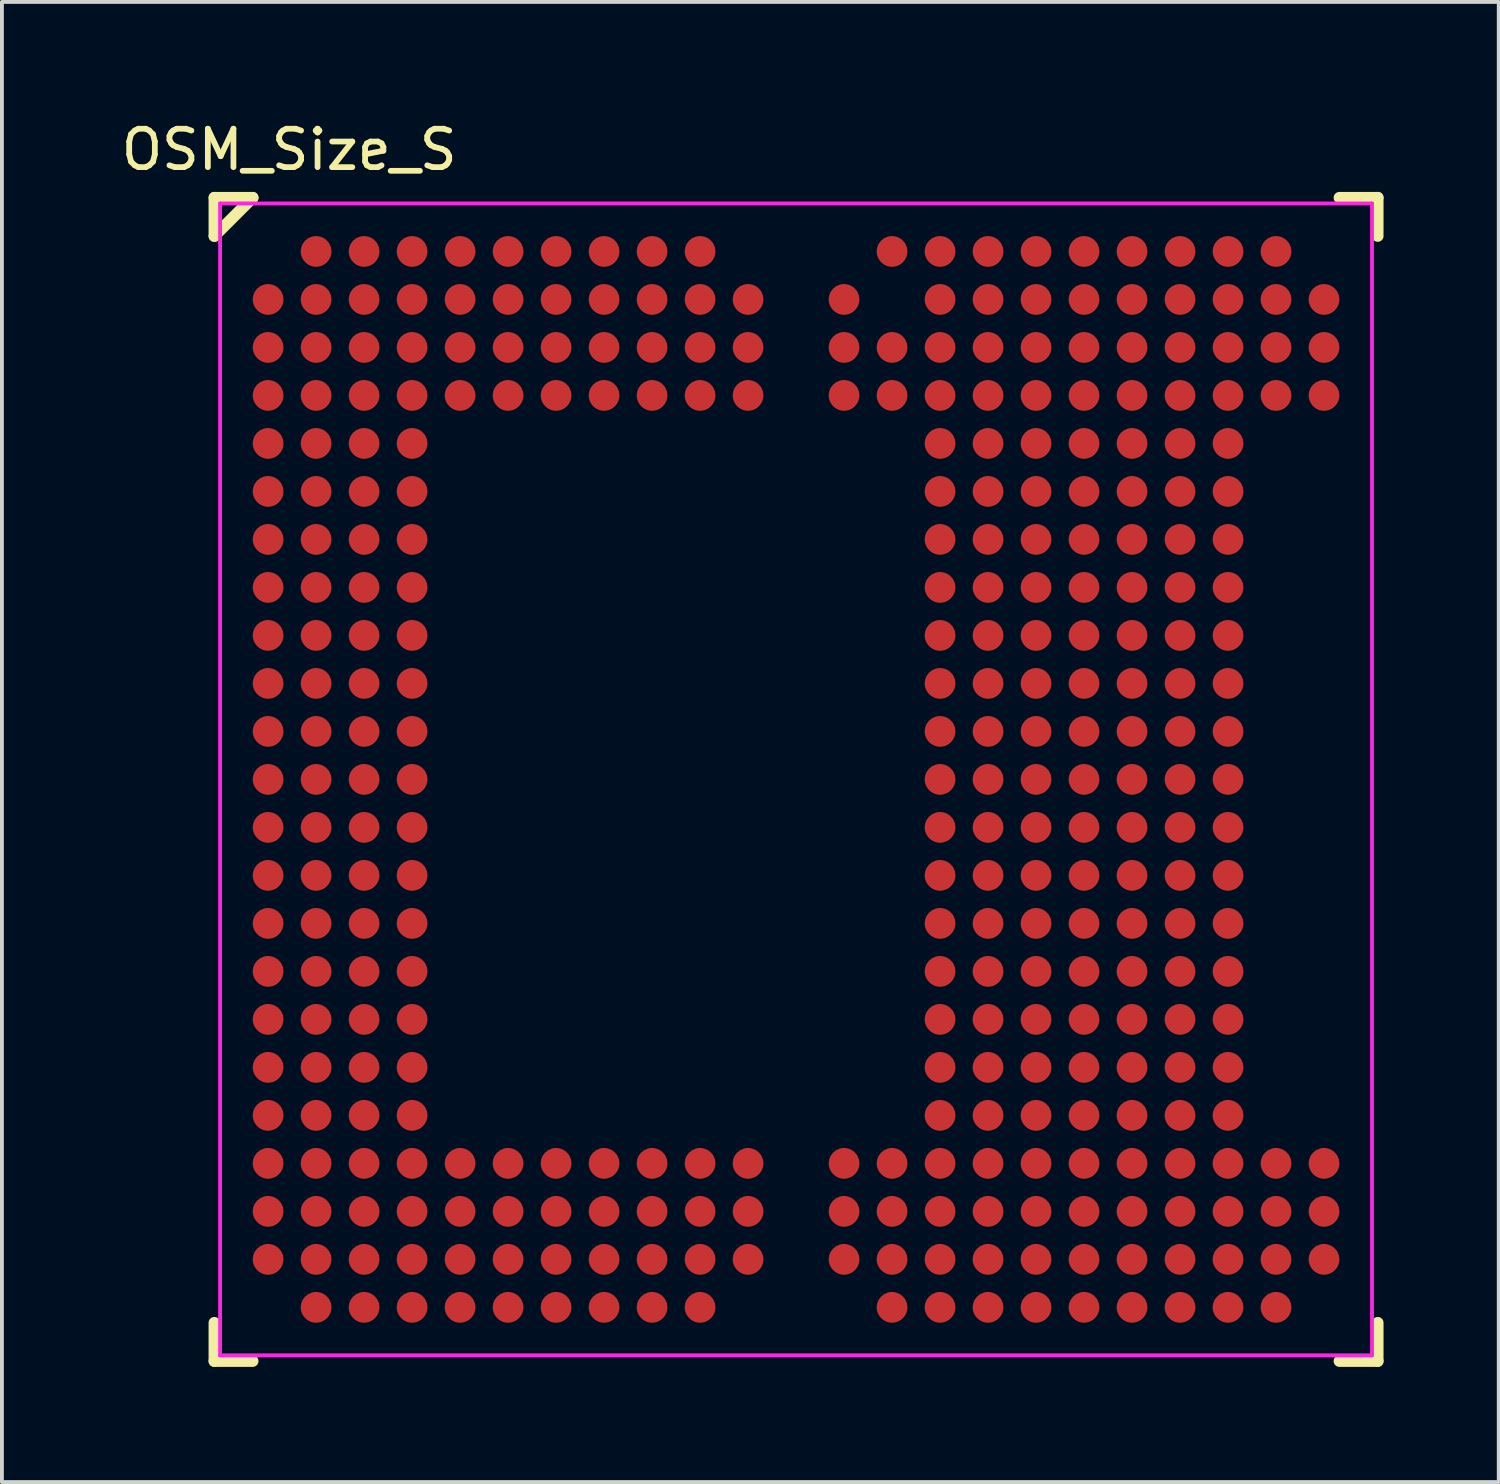
<source format=kicad_pcb>
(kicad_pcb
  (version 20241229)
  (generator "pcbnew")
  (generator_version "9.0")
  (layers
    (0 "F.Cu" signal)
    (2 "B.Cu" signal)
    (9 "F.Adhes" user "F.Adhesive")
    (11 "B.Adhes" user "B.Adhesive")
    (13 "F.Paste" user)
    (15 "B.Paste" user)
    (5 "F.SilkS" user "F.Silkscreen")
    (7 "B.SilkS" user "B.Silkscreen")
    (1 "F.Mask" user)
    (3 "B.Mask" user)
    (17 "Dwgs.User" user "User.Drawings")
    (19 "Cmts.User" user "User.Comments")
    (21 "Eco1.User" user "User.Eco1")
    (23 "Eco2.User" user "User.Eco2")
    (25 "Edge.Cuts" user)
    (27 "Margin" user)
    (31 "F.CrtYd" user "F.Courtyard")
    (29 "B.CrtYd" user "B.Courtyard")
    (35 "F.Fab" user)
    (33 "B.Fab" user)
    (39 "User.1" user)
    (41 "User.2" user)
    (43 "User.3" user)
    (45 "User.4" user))
  (footprint "OSM_Size_S"
    (layer "F.Cu")
    (at 17.682 17.248)
    (property "Reference" "OSM_Size_S" (at -13.2 -16.4 0) (layer "F.SilkS") (effects (font (size 1 1) (thickness 0.15))))
    (attr smd)
    (fp_line (start -15.15 -15.15) (end -14.15 -15.15) (stroke (width 0.3) (type solid)) (layer "F.SilkS"))
    (fp_line (start -15.15 -14.15) (end -15.15 -15.15) (stroke (width 0.3) (type solid)) (layer "F.SilkS"))
    (fp_line (start -15.15 -14.15) (end -14.15 -15.15) (stroke (width 0.3) (type solid)) (layer "F.SilkS"))
    (fp_line (start -15.15 15.15) (end -15.15 14.15) (stroke (width 0.3) (type solid)) (layer "F.SilkS"))
    (fp_line (start -15.15 15.15) (end -14.15 15.15) (stroke (width 0.3) (type solid)) (layer "F.SilkS"))
    (fp_line (start 14.15 -15.15) (end 15.15 -15.15) (stroke (width 0.3) (type solid)) (layer "F.SilkS"))
    (fp_line (start 14.15 15.15) (end 15.15 15.15) (stroke (width 0.3) (type solid)) (layer "F.SilkS"))
    (fp_line (start 15.15 -14.15) (end 15.15 -15.15) (stroke (width 0.3) (type solid)) (layer "F.SilkS"))
    (fp_line (start 15.15 15.15) (end 15.15 14.15) (stroke (width 0.3) (type solid)) (layer "F.SilkS"))
    (fp_line (start -15 -15) (end 15 -15) (stroke (width 0.1) (type solid)) (layer "F.CrtYd"))
    (fp_line (start -15 15) (end -15 -15) (stroke (width 0.1) (type solid)) (layer "F.CrtYd"))
    (fp_line (start -15 15) (end 15 15) (stroke (width 0.1) (type solid)) (layer "F.CrtYd"))
    (fp_line (start 15 15) (end 15 -15) (stroke (width 0.1) (type solid)) (layer "F.CrtYd"))
    (pad "A2" smd circle (at -12.5 -13.75) (size 0.8 0.8) (layers "F.Cu" "F.Mask" "F.Paste"))
    (pad "A3" smd circle (at -11.25 -13.75) (size 0.8 0.8) (layers "F.Cu" "F.Mask" "F.Paste"))
    (pad "A4" smd circle (at -10 -13.75) (size 0.8 0.8) (layers "F.Cu" "F.Mask" "F.Paste"))
    (pad "A5" smd circle (at -8.75 -13.75) (size 0.8 0.8) (layers "F.Cu" "F.Mask" "F.Paste"))
    (pad "A6" smd circle (at -7.5 -13.75) (size 0.8 0.8) (layers "F.Cu" "F.Mask" "F.Paste"))
    (pad "A7" smd circle (at -6.25 -13.75) (size 0.8 0.8) (layers "F.Cu" "F.Mask" "F.Paste"))
    (pad "A8" smd circle (at -5 -13.75) (size 0.8 0.8) (layers "F.Cu" "F.Mask" "F.Paste"))
    (pad "A9" smd circle (at -3.75 -13.75) (size 0.8 0.8) (layers "F.Cu" "F.Mask" "F.Paste"))
    (pad "A10" smd circle (at -2.5 -13.75) (size 0.8 0.8) (layers "F.Cu" "F.Mask" "F.Paste"))
    (pad "A14" smd circle (at 2.5 -13.75) (size 0.8 0.8) (layers "F.Cu" "F.Mask" "F.Paste"))
    (pad "A15" smd circle (at 3.75 -13.75) (size 0.8 0.8) (layers "F.Cu" "F.Mask" "F.Paste"))
    (pad "A16" smd circle (at 5 -13.75) (size 0.8 0.8) (layers "F.Cu" "F.Mask" "F.Paste"))
    (pad "A17" smd circle (at 6.25 -13.75) (size 0.8 0.8) (layers "F.Cu" "F.Mask" "F.Paste"))
    (pad "A18" smd circle (at 7.5 -13.75) (size 0.8 0.8) (layers "F.Cu" "F.Mask" "F.Paste"))
    (pad "A19" smd circle (at 8.75 -13.75) (size 0.8 0.8) (layers "F.Cu" "F.Mask" "F.Paste"))
    (pad "A20" smd circle (at 10 -13.75) (size 0.8 0.8) (layers "F.Cu" "F.Mask" "F.Paste"))
    (pad "A21" smd circle (at 11.25 -13.75) (size 0.8 0.8) (layers "F.Cu" "F.Mask" "F.Paste"))
    (pad "A22" smd circle (at 12.5 -13.75) (size 0.8 0.8) (layers "F.Cu" "F.Mask" "F.Paste"))
    (pad "AA1" smd circle (at -13.75 11.25) (size 0.8 0.8) (layers "F.Cu" "F.Mask" "F.Paste"))
    (pad "AA2" smd circle (at -12.5 11.25) (size 0.8 0.8) (layers "F.Cu" "F.Mask" "F.Paste"))
    (pad "AA3" smd circle (at -11.25 11.25) (size 0.8 0.8) (layers "F.Cu" "F.Mask" "F.Paste"))
    (pad "AA4" smd circle (at -10 11.25) (size 0.8 0.8) (layers "F.Cu" "F.Mask" "F.Paste"))
    (pad "AA5" smd circle (at -8.75 11.25) (size 0.8 0.8) (layers "F.Cu" "F.Mask" "F.Paste"))
    (pad "AA6" smd circle (at -7.5 11.25) (size 0.8 0.8) (layers "F.Cu" "F.Mask" "F.Paste"))
    (pad "AA7" smd circle (at -6.25 11.25) (size 0.8 0.8) (layers "F.Cu" "F.Mask" "F.Paste"))
    (pad "AA8" smd circle (at -5 11.25) (size 0.8 0.8) (layers "F.Cu" "F.Mask" "F.Paste"))
    (pad "AA9" smd circle (at -3.75 11.25) (size 0.8 0.8) (layers "F.Cu" "F.Mask" "F.Paste"))
    (pad "AA10" smd circle (at -2.5 11.25) (size 0.8 0.8) (layers "F.Cu" "F.Mask" "F.Paste"))
    (pad "AA11" smd circle (at -1.25 11.25) (size 0.8 0.8) (layers "F.Cu" "F.Mask" "F.Paste"))
    (pad "AA13" smd circle (at 1.25 11.25) (size 0.8 0.8) (layers "F.Cu" "F.Mask" "F.Paste"))
    (pad "AA14" smd circle (at 2.5 11.25) (size 0.8 0.8) (layers "F.Cu" "F.Mask" "F.Paste"))
    (pad "AA15" smd circle (at 3.75 11.25) (size 0.8 0.8) (layers "F.Cu" "F.Mask" "F.Paste"))
    (pad "AA16" smd circle (at 5 11.25) (size 0.8 0.8) (layers "F.Cu" "F.Mask" "F.Paste"))
    (pad "AA17" smd circle (at 6.25 11.25) (size 0.8 0.8) (layers "F.Cu" "F.Mask" "F.Paste"))
    (pad "AA18" smd circle (at 7.5 11.25) (size 0.8 0.8) (layers "F.Cu" "F.Mask" "F.Paste"))
    (pad "AA19" smd circle (at 8.75 11.25) (size 0.8 0.8) (layers "F.Cu" "F.Mask" "F.Paste"))
    (pad "AA20" smd circle (at 10 11.25) (size 0.8 0.8) (layers "F.Cu" "F.Mask" "F.Paste"))
    (pad "AA21" smd circle (at 11.25 11.25) (size 0.8 0.8) (layers "F.Cu" "F.Mask" "F.Paste"))
    (pad "AA22" smd circle (at 12.5 11.25) (size 0.8 0.8) (layers "F.Cu" "F.Mask" "F.Paste"))
    (pad "AA23" smd circle (at 13.75 11.25) (size 0.8 0.8) (layers "F.Cu" "F.Mask" "F.Paste"))
    (pad "AB1" smd circle (at -13.75 12.5) (size 0.8 0.8) (layers "F.Cu" "F.Mask" "F.Paste"))
    (pad "AB2" smd circle (at -12.5 12.5) (size 0.8 0.8) (layers "F.Cu" "F.Mask" "F.Paste"))
    (pad "AB3" smd circle (at -11.25 12.5) (size 0.8 0.8) (layers "F.Cu" "F.Mask" "F.Paste"))
    (pad "AB4" smd circle (at -10 12.5) (size 0.8 0.8) (layers "F.Cu" "F.Mask" "F.Paste"))
    (pad "AB5" smd circle (at -8.75 12.5) (size 0.8 0.8) (layers "F.Cu" "F.Mask" "F.Paste"))
    (pad "AB6" smd circle (at -7.5 12.5) (size 0.8 0.8) (layers "F.Cu" "F.Mask" "F.Paste"))
    (pad "AB7" smd circle (at -6.25 12.5) (size 0.8 0.8) (layers "F.Cu" "F.Mask" "F.Paste"))
    (pad "AB8" smd circle (at -5 12.5) (size 0.8 0.8) (layers "F.Cu" "F.Mask" "F.Paste"))
    (pad "AB9" smd circle (at -3.75 12.5) (size 0.8 0.8) (layers "F.Cu" "F.Mask" "F.Paste"))
    (pad "AB10" smd circle (at -2.5 12.5) (size 0.8 0.8) (layers "F.Cu" "F.Mask" "F.Paste"))
    (pad "AB11" smd circle (at -1.25 12.5) (size 0.8 0.8) (layers "F.Cu" "F.Mask" "F.Paste"))
    (pad "AB13" smd circle (at 1.25 12.5) (size 0.8 0.8) (layers "F.Cu" "F.Mask" "F.Paste"))
    (pad "AB14" smd circle (at 2.5 12.5) (size 0.8 0.8) (layers "F.Cu" "F.Mask" "F.Paste"))
    (pad "AB15" smd circle (at 3.75 12.5) (size 0.8 0.8) (layers "F.Cu" "F.Mask" "F.Paste"))
    (pad "AB16" smd circle (at 5 12.5) (size 0.8 0.8) (layers "F.Cu" "F.Mask" "F.Paste"))
    (pad "AB17" smd circle (at 6.25 12.5) (size 0.8 0.8) (layers "F.Cu" "F.Mask" "F.Paste"))
    (pad "AB18" smd circle (at 7.5 12.5) (size 0.8 0.8) (layers "F.Cu" "F.Mask" "F.Paste"))
    (pad "AB19" smd circle (at 8.75 12.5) (size 0.8 0.8) (layers "F.Cu" "F.Mask" "F.Paste"))
    (pad "AB20" smd circle (at 10 12.5) (size 0.8 0.8) (layers "F.Cu" "F.Mask" "F.Paste"))
    (pad "AB21" smd circle (at 11.25 12.5) (size 0.8 0.8) (layers "F.Cu" "F.Mask" "F.Paste"))
    (pad "AB22" smd circle (at 12.5 12.5) (size 0.8 0.8) (layers "F.Cu" "F.Mask" "F.Paste"))
    (pad "AB23" smd circle (at 13.75 12.5) (size 0.8 0.8) (layers "F.Cu" "F.Mask" "F.Paste"))
    (pad "AC2" smd circle (at -12.5 13.75) (size 0.8 0.8) (layers "F.Cu" "F.Mask" "F.Paste"))
    (pad "AC3" smd circle (at -11.25 13.75) (size 0.8 0.8) (layers "F.Cu" "F.Mask" "F.Paste"))
    (pad "AC4" smd circle (at -10 13.75) (size 0.8 0.8) (layers "F.Cu" "F.Mask" "F.Paste"))
    (pad "AC5" smd circle (at -8.75 13.75) (size 0.8 0.8) (layers "F.Cu" "F.Mask" "F.Paste"))
    (pad "AC6" smd circle (at -7.5 13.75) (size 0.8 0.8) (layers "F.Cu" "F.Mask" "F.Paste"))
    (pad "AC7" smd circle (at -6.25 13.75) (size 0.8 0.8) (layers "F.Cu" "F.Mask" "F.Paste"))
    (pad "AC8" smd circle (at -5 13.75) (size 0.8 0.8) (layers "F.Cu" "F.Mask" "F.Paste"))
    (pad "AC9" smd circle (at -3.75 13.75) (size 0.8 0.8) (layers "F.Cu" "F.Mask" "F.Paste"))
    (pad "AC10" smd circle (at -2.5 13.75) (size 0.8 0.8) (layers "F.Cu" "F.Mask" "F.Paste"))
    (pad "AC14" smd circle (at 2.5 13.75) (size 0.8 0.8) (layers "F.Cu" "F.Mask" "F.Paste"))
    (pad "AC15" smd circle (at 3.75 13.75) (size 0.8 0.8) (layers "F.Cu" "F.Mask" "F.Paste"))
    (pad "AC16" smd circle (at 5 13.75) (size 0.8 0.8) (layers "F.Cu" "F.Mask" "F.Paste"))
    (pad "AC17" smd circle (at 6.25 13.75) (size 0.8 0.8) (layers "F.Cu" "F.Mask" "F.Paste"))
    (pad "AC18" smd circle (at 7.5 13.75) (size 0.8 0.8) (layers "F.Cu" "F.Mask" "F.Paste"))
    (pad "AC19" smd circle (at 8.75 13.75) (size 0.8 0.8) (layers "F.Cu" "F.Mask" "F.Paste"))
    (pad "AC20" smd circle (at 10 13.75) (size 0.8 0.8) (layers "F.Cu" "F.Mask" "F.Paste"))
    (pad "AC21" smd circle (at 11.25 13.75) (size 0.8 0.8) (layers "F.Cu" "F.Mask" "F.Paste"))
    (pad "AC22" smd circle (at 12.5 13.75) (size 0.8 0.8) (layers "F.Cu" "F.Mask" "F.Paste"))
    (pad "B1" smd circle (at -13.75 -12.5) (size 0.8 0.8) (layers "F.Cu" "F.Mask" "F.Paste"))
    (pad "B2" smd circle (at -12.5 -12.5) (size 0.8 0.8) (layers "F.Cu" "F.Mask" "F.Paste"))
    (pad "B3" smd circle (at -11.25 -12.5) (size 0.8 0.8) (layers "F.Cu" "F.Mask" "F.Paste"))
    (pad "B4" smd circle (at -10 -12.5) (size 0.8 0.8) (layers "F.Cu" "F.Mask" "F.Paste"))
    (pad "B5" smd circle (at -8.75 -12.5) (size 0.8 0.8) (layers "F.Cu" "F.Mask" "F.Paste"))
    (pad "B6" smd circle (at -7.5 -12.5) (size 0.8 0.8) (layers "F.Cu" "F.Mask" "F.Paste"))
    (pad "B7" smd circle (at -6.25 -12.5) (size 0.8 0.8) (layers "F.Cu" "F.Mask" "F.Paste"))
    (pad "B8" smd circle (at -5 -12.5) (size 0.8 0.8) (layers "F.Cu" "F.Mask" "F.Paste"))
    (pad "B9" smd circle (at -3.75 -12.5) (size 0.8 0.8) (layers "F.Cu" "F.Mask" "F.Paste"))
    (pad "B10" smd circle (at -2.5 -12.5) (size 0.8 0.8) (layers "F.Cu" "F.Mask" "F.Paste"))
    (pad "B11" smd circle (at -1.25 -12.5) (size 0.8 0.8) (layers "F.Cu" "F.Mask" "F.Paste"))
    (pad "B13" smd circle (at 1.25 -12.5) (size 0.8 0.8) (layers "F.Cu" "F.Mask" "F.Paste"))
    (pad "B15" smd circle (at 3.75 -12.5) (size 0.8 0.8) (layers "F.Cu" "F.Mask" "F.Paste"))
    (pad "B16" smd circle (at 5 -12.5) (size 0.8 0.8) (layers "F.Cu" "F.Mask" "F.Paste"))
    (pad "B17" smd circle (at 6.25 -12.5) (size 0.8 0.8) (layers "F.Cu" "F.Mask" "F.Paste"))
    (pad "B18" smd circle (at 7.5 -12.5) (size 0.8 0.8) (layers "F.Cu" "F.Mask" "F.Paste"))
    (pad "B19" smd circle (at 8.75 -12.5) (size 0.8 0.8) (layers "F.Cu" "F.Mask" "F.Paste"))
    (pad "B20" smd circle (at 10 -12.5) (size 0.8 0.8) (layers "F.Cu" "F.Mask" "F.Paste"))
    (pad "B21" smd circle (at 11.25 -12.5) (size 0.8 0.8) (layers "F.Cu" "F.Mask" "F.Paste"))
    (pad "B22" smd circle (at 12.5 -12.5) (size 0.8 0.8) (layers "F.Cu" "F.Mask" "F.Paste"))
    (pad "B23" smd circle (at 13.75 -12.5) (size 0.8 0.8) (layers "F.Cu" "F.Mask" "F.Paste"))
    (pad "C1" smd circle (at -13.75 -11.25) (size 0.8 0.8) (layers "F.Cu" "F.Mask" "F.Paste"))
    (pad "C2" smd circle (at -12.5 -11.25) (size 0.8 0.8) (layers "F.Cu" "F.Mask" "F.Paste"))
    (pad "C3" smd circle (at -11.25 -11.25) (size 0.8 0.8) (layers "F.Cu" "F.Mask" "F.Paste"))
    (pad "C4" smd circle (at -10 -11.25) (size 0.8 0.8) (layers "F.Cu" "F.Mask" "F.Paste"))
    (pad "C5" smd circle (at -8.75 -11.25) (size 0.8 0.8) (layers "F.Cu" "F.Mask" "F.Paste"))
    (pad "C6" smd circle (at -7.5 -11.25) (size 0.8 0.8) (layers "F.Cu" "F.Mask" "F.Paste"))
    (pad "C7" smd circle (at -6.25 -11.25) (size 0.8 0.8) (layers "F.Cu" "F.Mask" "F.Paste"))
    (pad "C8" smd circle (at -5 -11.25) (size 0.8 0.8) (layers "F.Cu" "F.Mask" "F.Paste"))
    (pad "C9" smd circle (at -3.75 -11.25) (size 0.8 0.8) (layers "F.Cu" "F.Mask" "F.Paste"))
    (pad "C10" smd circle (at -2.5 -11.25) (size 0.8 0.8) (layers "F.Cu" "F.Mask" "F.Paste"))
    (pad "C11" smd circle (at -1.25 -11.25) (size 0.8 0.8) (layers "F.Cu" "F.Mask" "F.Paste"))
    (pad "C13" smd circle (at 1.25 -11.25) (size 0.8 0.8) (layers "F.Cu" "F.Mask" "F.Paste"))
    (pad "C14" smd circle (at 2.5 -11.25) (size 0.8 0.8) (layers "F.Cu" "F.Mask" "F.Paste"))
    (pad "C15" smd circle (at 3.75 -11.25) (size 0.8 0.8) (layers "F.Cu" "F.Mask" "F.Paste"))
    (pad "C16" smd circle (at 5 -11.25) (size 0.8 0.8) (layers "F.Cu" "F.Mask" "F.Paste"))
    (pad "C17" smd circle (at 6.25 -11.25) (size 0.8 0.8) (layers "F.Cu" "F.Mask" "F.Paste"))
    (pad "C18" smd circle (at 7.5 -11.25) (size 0.8 0.8) (layers "F.Cu" "F.Mask" "F.Paste"))
    (pad "C19" smd circle (at 8.75 -11.25) (size 0.8 0.8) (layers "F.Cu" "F.Mask" "F.Paste"))
    (pad "C20" smd circle (at 10 -11.25) (size 0.8 0.8) (layers "F.Cu" "F.Mask" "F.Paste"))
    (pad "C21" smd circle (at 11.25 -11.25) (size 0.8 0.8) (layers "F.Cu" "F.Mask" "F.Paste"))
    (pad "C22" smd circle (at 12.5 -11.25) (size 0.8 0.8) (layers "F.Cu" "F.Mask" "F.Paste"))
    (pad "C23" smd circle (at 13.75 -11.25) (size 0.8 0.8) (layers "F.Cu" "F.Mask" "F.Paste"))
    (pad "D1" smd circle (at -13.75 -10) (size 0.8 0.8) (layers "F.Cu" "F.Mask" "F.Paste"))
    (pad "D2" smd circle (at -12.5 -10) (size 0.8 0.8) (layers "F.Cu" "F.Mask" "F.Paste"))
    (pad "D3" smd circle (at -11.25 -10) (size 0.8 0.8) (layers "F.Cu" "F.Mask" "F.Paste"))
    (pad "D4" smd circle (at -10 -10) (size 0.8 0.8) (layers "F.Cu" "F.Mask" "F.Paste"))
    (pad "D5" smd circle (at -8.75 -10) (size 0.8 0.8) (layers "F.Cu" "F.Mask" "F.Paste"))
    (pad "D6" smd circle (at -7.5 -10) (size 0.8 0.8) (layers "F.Cu" "F.Mask" "F.Paste"))
    (pad "D7" smd circle (at -6.25 -10) (size 0.8 0.8) (layers "F.Cu" "F.Mask" "F.Paste"))
    (pad "D8" smd circle (at -5 -10) (size 0.8 0.8) (layers "F.Cu" "F.Mask" "F.Paste"))
    (pad "D9" smd circle (at -3.75 -10) (size 0.8 0.8) (layers "F.Cu" "F.Mask" "F.Paste"))
    (pad "D10" smd circle (at -2.5 -10) (size 0.8 0.8) (layers "F.Cu" "F.Mask" "F.Paste"))
    (pad "D11" smd circle (at -1.25 -10) (size 0.8 0.8) (layers "F.Cu" "F.Mask" "F.Paste"))
    (pad "D13" smd circle (at 1.25 -10) (size 0.8 0.8) (layers "F.Cu" "F.Mask" "F.Paste"))
    (pad "D14" smd circle (at 2.5 -10) (size 0.8 0.8) (layers "F.Cu" "F.Mask" "F.Paste"))
    (pad "D15" smd circle (at 3.75 -10) (size 0.8 0.8) (layers "F.Cu" "F.Mask" "F.Paste"))
    (pad "D16" smd circle (at 5 -10) (size 0.8 0.8) (layers "F.Cu" "F.Mask" "F.Paste"))
    (pad "D17" smd circle (at 6.25 -10) (size 0.8 0.8) (layers "F.Cu" "F.Mask" "F.Paste"))
    (pad "D18" smd circle (at 7.5 -10) (size 0.8 0.8) (layers "F.Cu" "F.Mask" "F.Paste"))
    (pad "D19" smd circle (at 8.75 -10) (size 0.8 0.8) (layers "F.Cu" "F.Mask" "F.Paste"))
    (pad "D20" smd circle (at 10 -10) (size 0.8 0.8) (layers "F.Cu" "F.Mask" "F.Paste"))
    (pad "D21" smd circle (at 11.25 -10) (size 0.8 0.8) (layers "F.Cu" "F.Mask" "F.Paste"))
    (pad "D22" smd circle (at 12.5 -10) (size 0.8 0.8) (layers "F.Cu" "F.Mask" "F.Paste"))
    (pad "D23" smd circle (at 13.75 -10) (size 0.8 0.8) (layers "F.Cu" "F.Mask" "F.Paste"))
    (pad "E1" smd circle (at -13.75 -8.75) (size 0.8 0.8) (layers "F.Cu" "F.Mask" "F.Paste"))
    (pad "E2" smd circle (at -12.5 -8.75) (size 0.8 0.8) (layers "F.Cu" "F.Mask" "F.Paste"))
    (pad "E3" smd circle (at -11.25 -8.75) (size 0.8 0.8) (layers "F.Cu" "F.Mask" "F.Paste"))
    (pad "E4" smd circle (at -10 -8.75) (size 0.8 0.8) (layers "F.Cu" "F.Mask" "F.Paste"))
    (pad "E15" smd circle (at 3.75 -8.75) (size 0.8 0.8) (layers "F.Cu" "F.Mask" "F.Paste"))
    (pad "E16" smd circle (at 5 -8.75) (size 0.8 0.8) (layers "F.Cu" "F.Mask" "F.Paste"))
    (pad "E17" smd circle (at 6.25 -8.75) (size 0.8 0.8) (layers "F.Cu" "F.Mask" "F.Paste"))
    (pad "E18" smd circle (at 7.5 -8.75) (size 0.8 0.8) (layers "F.Cu" "F.Mask" "F.Paste"))
    (pad "E19" smd circle (at 8.75 -8.75) (size 0.8 0.8) (layers "F.Cu" "F.Mask" "F.Paste"))
    (pad "E20" smd circle (at 10 -8.75) (size 0.8 0.8) (layers "F.Cu" "F.Mask" "F.Paste"))
    (pad "E21" smd circle (at 11.25 -8.75) (size 0.8 0.8) (layers "F.Cu" "F.Mask" "F.Paste"))
    (pad "F1" smd circle (at -13.75 -7.5) (size 0.8 0.8) (layers "F.Cu" "F.Mask" "F.Paste"))
    (pad "F2" smd circle (at -12.5 -7.5) (size 0.8 0.8) (layers "F.Cu" "F.Mask" "F.Paste"))
    (pad "F3" smd circle (at -11.25 -7.5) (size 0.8 0.8) (layers "F.Cu" "F.Mask" "F.Paste"))
    (pad "F4" smd circle (at -10 -7.5) (size 0.8 0.8) (layers "F.Cu" "F.Mask" "F.Paste"))
    (pad "F15" smd circle (at 3.75 -7.5) (size 0.8 0.8) (layers "F.Cu" "F.Mask" "F.Paste"))
    (pad "F16" smd circle (at 5 -7.5) (size 0.8 0.8) (layers "F.Cu" "F.Mask" "F.Paste"))
    (pad "F17" smd circle (at 6.25 -7.5) (size 0.8 0.8) (layers "F.Cu" "F.Mask" "F.Paste"))
    (pad "F18" smd circle (at 7.5 -7.5) (size 0.8 0.8) (layers "F.Cu" "F.Mask" "F.Paste"))
    (pad "F19" smd circle (at 8.75 -7.5) (size 0.8 0.8) (layers "F.Cu" "F.Mask" "F.Paste"))
    (pad "F20" smd circle (at 10 -7.5) (size 0.8 0.8) (layers "F.Cu" "F.Mask" "F.Paste"))
    (pad "F21" smd circle (at 11.25 -7.5) (size 0.8 0.8) (layers "F.Cu" "F.Mask" "F.Paste"))
    (pad "G1" smd circle (at -13.75 -6.25) (size 0.8 0.8) (layers "F.Cu" "F.Mask" "F.Paste"))
    (pad "G2" smd circle (at -12.5 -6.25) (size 0.8 0.8) (layers "F.Cu" "F.Mask" "F.Paste"))
    (pad "G3" smd circle (at -11.25 -6.25) (size 0.8 0.8) (layers "F.Cu" "F.Mask" "F.Paste"))
    (pad "G4" smd circle (at -10 -6.25) (size 0.8 0.8) (layers "F.Cu" "F.Mask" "F.Paste"))
    (pad "G15" smd circle (at 3.75 -6.25) (size 0.8 0.8) (layers "F.Cu" "F.Mask" "F.Paste"))
    (pad "G16" smd circle (at 5 -6.25) (size 0.8 0.8) (layers "F.Cu" "F.Mask" "F.Paste"))
    (pad "G17" smd circle (at 6.25 -6.25) (size 0.8 0.8) (layers "F.Cu" "F.Mask" "F.Paste"))
    (pad "G18" smd circle (at 7.5 -6.25) (size 0.8 0.8) (layers "F.Cu" "F.Mask" "F.Paste"))
    (pad "G19" smd circle (at 8.75 -6.25) (size 0.8 0.8) (layers "F.Cu" "F.Mask" "F.Paste"))
    (pad "G20" smd circle (at 10 -6.25) (size 0.8 0.8) (layers "F.Cu" "F.Mask" "F.Paste"))
    (pad "G21" smd circle (at 11.25 -6.25) (size 0.8 0.8) (layers "F.Cu" "F.Mask" "F.Paste"))
    (pad "H1" smd circle (at -13.75 -5) (size 0.8 0.8) (layers "F.Cu" "F.Mask" "F.Paste"))
    (pad "H2" smd circle (at -12.5 -5) (size 0.8 0.8) (layers "F.Cu" "F.Mask" "F.Paste"))
    (pad "H3" smd circle (at -11.25 -5) (size 0.8 0.8) (layers "F.Cu" "F.Mask" "F.Paste"))
    (pad "H4" smd circle (at -10 -5) (size 0.8 0.8) (layers "F.Cu" "F.Mask" "F.Paste"))
    (pad "H15" smd circle (at 3.75 -5) (size 0.8 0.8) (layers "F.Cu" "F.Mask" "F.Paste"))
    (pad "H16" smd circle (at 5 -5) (size 0.8 0.8) (layers "F.Cu" "F.Mask" "F.Paste"))
    (pad "H17" smd circle (at 6.25 -5) (size 0.8 0.8) (layers "F.Cu" "F.Mask" "F.Paste"))
    (pad "H18" smd circle (at 7.5 -5) (size 0.8 0.8) (layers "F.Cu" "F.Mask" "F.Paste"))
    (pad "H19" smd circle (at 8.75 -5) (size 0.8 0.8) (layers "F.Cu" "F.Mask" "F.Paste"))
    (pad "H20" smd circle (at 10 -5) (size 0.8 0.8) (layers "F.Cu" "F.Mask" "F.Paste"))
    (pad "H21" smd circle (at 11.25 -5) (size 0.8 0.8) (layers "F.Cu" "F.Mask" "F.Paste"))
    (pad "J1" smd circle (at -13.75 -3.75) (size 0.8 0.8) (layers "F.Cu" "F.Mask" "F.Paste"))
    (pad "J2" smd circle (at -12.5 -3.75) (size 0.8 0.8) (layers "F.Cu" "F.Mask" "F.Paste"))
    (pad "J3" smd circle (at -11.25 -3.75) (size 0.8 0.8) (layers "F.Cu" "F.Mask" "F.Paste"))
    (pad "J4" smd circle (at -10 -3.75) (size 0.8 0.8) (layers "F.Cu" "F.Mask" "F.Paste"))
    (pad "J15" smd circle (at 3.75 -3.75) (size 0.8 0.8) (layers "F.Cu" "F.Mask" "F.Paste"))
    (pad "J16" smd circle (at 5 -3.75) (size 0.8 0.8) (layers "F.Cu" "F.Mask" "F.Paste"))
    (pad "J17" smd circle (at 6.25 -3.75) (size 0.8 0.8) (layers "F.Cu" "F.Mask" "F.Paste"))
    (pad "J18" smd circle (at 7.5 -3.75) (size 0.8 0.8) (layers "F.Cu" "F.Mask" "F.Paste"))
    (pad "J19" smd circle (at 8.75 -3.75) (size 0.8 0.8) (layers "F.Cu" "F.Mask" "F.Paste"))
    (pad "J20" smd circle (at 10 -3.75) (size 0.8 0.8) (layers "F.Cu" "F.Mask" "F.Paste"))
    (pad "J21" smd circle (at 11.25 -3.75) (size 0.8 0.8) (layers "F.Cu" "F.Mask" "F.Paste"))
    (pad "K1" smd circle (at -13.75 -2.5) (size 0.8 0.8) (layers "F.Cu" "F.Mask" "F.Paste"))
    (pad "K2" smd circle (at -12.5 -2.5) (size 0.8 0.8) (layers "F.Cu" "F.Mask" "F.Paste"))
    (pad "K3" smd circle (at -11.25 -2.5) (size 0.8 0.8) (layers "F.Cu" "F.Mask" "F.Paste"))
    (pad "K4" smd circle (at -10 -2.5) (size 0.8 0.8) (layers "F.Cu" "F.Mask" "F.Paste"))
    (pad "K15" smd circle (at 3.75 -2.5) (size 0.8 0.8) (layers "F.Cu" "F.Mask" "F.Paste"))
    (pad "K16" smd circle (at 5 -2.5) (size 0.8 0.8) (layers "F.Cu" "F.Mask" "F.Paste"))
    (pad "K17" smd circle (at 6.25 -2.5) (size 0.8 0.8) (layers "F.Cu" "F.Mask" "F.Paste"))
    (pad "K18" smd circle (at 7.5 -2.5) (size 0.8 0.8) (layers "F.Cu" "F.Mask" "F.Paste"))
    (pad "K19" smd circle (at 8.75 -2.5) (size 0.8 0.8) (layers "F.Cu" "F.Mask" "F.Paste"))
    (pad "K20" smd circle (at 10 -2.5) (size 0.8 0.8) (layers "F.Cu" "F.Mask" "F.Paste"))
    (pad "K21" smd circle (at 11.25 -2.5) (size 0.8 0.8) (layers "F.Cu" "F.Mask" "F.Paste"))
    (pad "L1" smd circle (at -13.75 -1.25) (size 0.8 0.8) (layers "F.Cu" "F.Mask" "F.Paste"))
    (pad "L2" smd circle (at -12.5 -1.25) (size 0.8 0.8) (layers "F.Cu" "F.Mask" "F.Paste"))
    (pad "L3" smd circle (at -11.25 -1.25) (size 0.8 0.8) (layers "F.Cu" "F.Mask" "F.Paste"))
    (pad "L4" smd circle (at -10 -1.25) (size 0.8 0.8) (layers "F.Cu" "F.Mask" "F.Paste"))
    (pad "L15" smd circle (at 3.75 -1.25) (size 0.8 0.8) (layers "F.Cu" "F.Mask" "F.Paste"))
    (pad "L16" smd circle (at 5 -1.25) (size 0.8 0.8) (layers "F.Cu" "F.Mask" "F.Paste"))
    (pad "L17" smd circle (at 6.25 -1.25) (size 0.8 0.8) (layers "F.Cu" "F.Mask" "F.Paste"))
    (pad "L18" smd circle (at 7.5 -1.25) (size 0.8 0.8) (layers "F.Cu" "F.Mask" "F.Paste"))
    (pad "L19" smd circle (at 8.75 -1.25) (size 0.8 0.8) (layers "F.Cu" "F.Mask" "F.Paste"))
    (pad "L20" smd circle (at 10 -1.25) (size 0.8 0.8) (layers "F.Cu" "F.Mask" "F.Paste"))
    (pad "L21" smd circle (at 11.25 -1.25) (size 0.8 0.8) (layers "F.Cu" "F.Mask" "F.Paste"))
    (pad "M1" smd circle (at -13.75 0) (size 0.8 0.8) (layers "F.Cu" "F.Mask" "F.Paste"))
    (pad "M2" smd circle (at -12.5 0) (size 0.8 0.8) (layers "F.Cu" "F.Mask" "F.Paste"))
    (pad "M3" smd circle (at -11.25 0) (size 0.8 0.8) (layers "F.Cu" "F.Mask" "F.Paste"))
    (pad "M4" smd circle (at -10 0) (size 0.8 0.8) (layers "F.Cu" "F.Mask" "F.Paste"))
    (pad "M15" smd circle (at 3.75 0) (size 0.8 0.8) (layers "F.Cu" "F.Mask" "F.Paste"))
    (pad "M16" smd circle (at 5 0) (size 0.8 0.8) (layers "F.Cu" "F.Mask" "F.Paste"))
    (pad "M17" smd circle (at 6.25 0) (size 0.8 0.8) (layers "F.Cu" "F.Mask" "F.Paste"))
    (pad "M18" smd circle (at 7.5 0) (size 0.8 0.8) (layers "F.Cu" "F.Mask" "F.Paste"))
    (pad "M19" smd circle (at 8.75 0) (size 0.8 0.8) (layers "F.Cu" "F.Mask" "F.Paste"))
    (pad "M20" smd circle (at 10 0) (size 0.8 0.8) (layers "F.Cu" "F.Mask" "F.Paste"))
    (pad "M21" smd circle (at 11.25 0) (size 0.8 0.8) (layers "F.Cu" "F.Mask" "F.Paste"))
    (pad "N1" smd circle (at -13.75 1.25) (size 0.8 0.8) (layers "F.Cu" "F.Mask" "F.Paste"))
    (pad "N2" smd circle (at -12.5 1.25) (size 0.8 0.8) (layers "F.Cu" "F.Mask" "F.Paste"))
    (pad "N3" smd circle (at -11.25 1.25) (size 0.8 0.8) (layers "F.Cu" "F.Mask" "F.Paste"))
    (pad "N4" smd circle (at -10 1.25) (size 0.8 0.8) (layers "F.Cu" "F.Mask" "F.Paste"))
    (pad "N15" smd circle (at 3.75 1.25) (size 0.8 0.8) (layers "F.Cu" "F.Mask" "F.Paste"))
    (pad "N16" smd circle (at 5 1.25) (size 0.8 0.8) (layers "F.Cu" "F.Mask" "F.Paste"))
    (pad "N17" smd circle (at 6.25 1.25) (size 0.8 0.8) (layers "F.Cu" "F.Mask" "F.Paste"))
    (pad "N18" smd circle (at 7.5 1.25) (size 0.8 0.8) (layers "F.Cu" "F.Mask" "F.Paste"))
    (pad "N19" smd circle (at 8.75 1.25) (size 0.8 0.8) (layers "F.Cu" "F.Mask" "F.Paste"))
    (pad "N20" smd circle (at 10 1.25) (size 0.8 0.8) (layers "F.Cu" "F.Mask" "F.Paste"))
    (pad "N21" smd circle (at 11.25 1.25) (size 0.8 0.8) (layers "F.Cu" "F.Mask" "F.Paste"))
    (pad "P1" smd circle (at -13.75 2.5) (size 0.8 0.8) (layers "F.Cu" "F.Mask" "F.Paste"))
    (pad "P2" smd circle (at -12.5 2.5) (size 0.8 0.8) (layers "F.Cu" "F.Mask" "F.Paste"))
    (pad "P3" smd circle (at -11.25 2.5) (size 0.8 0.8) (layers "F.Cu" "F.Mask" "F.Paste"))
    (pad "P4" smd circle (at -10 2.5) (size 0.8 0.8) (layers "F.Cu" "F.Mask" "F.Paste"))
    (pad "P15" smd circle (at 3.75 2.5) (size 0.8 0.8) (layers "F.Cu" "F.Mask" "F.Paste"))
    (pad "P16" smd circle (at 5 2.5) (size 0.8 0.8) (layers "F.Cu" "F.Mask" "F.Paste"))
    (pad "P17" smd circle (at 6.25 2.5) (size 0.8 0.8) (layers "F.Cu" "F.Mask" "F.Paste"))
    (pad "P18" smd circle (at 7.5 2.5) (size 0.8 0.8) (layers "F.Cu" "F.Mask" "F.Paste"))
    (pad "P19" smd circle (at 8.75 2.5) (size 0.8 0.8) (layers "F.Cu" "F.Mask" "F.Paste"))
    (pad "P20" smd circle (at 10 2.5) (size 0.8 0.8) (layers "F.Cu" "F.Mask" "F.Paste"))
    (pad "P21" smd circle (at 11.25 2.5) (size 0.8 0.8) (layers "F.Cu" "F.Mask" "F.Paste"))
    (pad "R1" smd circle (at -13.75 3.75) (size 0.8 0.8) (layers "F.Cu" "F.Mask" "F.Paste"))
    (pad "R2" smd circle (at -12.5 3.75) (size 0.8 0.8) (layers "F.Cu" "F.Mask" "F.Paste"))
    (pad "R3" smd circle (at -11.25 3.75) (size 0.8 0.8) (layers "F.Cu" "F.Mask" "F.Paste"))
    (pad "R4" smd circle (at -10 3.75) (size 0.8 0.8) (layers "F.Cu" "F.Mask" "F.Paste"))
    (pad "R15" smd circle (at 3.75 3.75) (size 0.8 0.8) (layers "F.Cu" "F.Mask" "F.Paste"))
    (pad "R16" smd circle (at 5 3.75) (size 0.8 0.8) (layers "F.Cu" "F.Mask" "F.Paste"))
    (pad "R17" smd circle (at 6.25 3.75) (size 0.8 0.8) (layers "F.Cu" "F.Mask" "F.Paste"))
    (pad "R18" smd circle (at 7.5 3.75) (size 0.8 0.8) (layers "F.Cu" "F.Mask" "F.Paste"))
    (pad "R19" smd circle (at 8.75 3.75) (size 0.8 0.8) (layers "F.Cu" "F.Mask" "F.Paste"))
    (pad "R20" smd circle (at 10 3.75) (size 0.8 0.8) (layers "F.Cu" "F.Mask" "F.Paste"))
    (pad "R21" smd circle (at 11.25 3.75) (size 0.8 0.8) (layers "F.Cu" "F.Mask" "F.Paste"))
    (pad "T1" smd circle (at -13.75 5) (size 0.8 0.8) (layers "F.Cu" "F.Mask" "F.Paste"))
    (pad "T2" smd circle (at -12.5 5) (size 0.8 0.8) (layers "F.Cu" "F.Mask" "F.Paste"))
    (pad "T3" smd circle (at -11.25 5) (size 0.8 0.8) (layers "F.Cu" "F.Mask" "F.Paste"))
    (pad "T4" smd circle (at -10 5) (size 0.8 0.8) (layers "F.Cu" "F.Mask" "F.Paste"))
    (pad "T15" smd circle (at 3.75 5) (size 0.8 0.8) (layers "F.Cu" "F.Mask" "F.Paste"))
    (pad "T16" smd circle (at 5 5) (size 0.8 0.8) (layers "F.Cu" "F.Mask" "F.Paste"))
    (pad "T17" smd circle (at 6.25 5) (size 0.8 0.8) (layers "F.Cu" "F.Mask" "F.Paste"))
    (pad "T18" smd circle (at 7.5 5) (size 0.8 0.8) (layers "F.Cu" "F.Mask" "F.Paste"))
    (pad "T19" smd circle (at 8.75 5) (size 0.8 0.8) (layers "F.Cu" "F.Mask" "F.Paste"))
    (pad "T20" smd circle (at 10 5) (size 0.8 0.8) (layers "F.Cu" "F.Mask" "F.Paste"))
    (pad "T21" smd circle (at 11.25 5) (size 0.8 0.8) (layers "F.Cu" "F.Mask" "F.Paste"))
    (pad "U1" smd circle (at -13.75 6.25) (size 0.8 0.8) (layers "F.Cu" "F.Mask" "F.Paste"))
    (pad "U2" smd circle (at -12.5 6.25) (size 0.8 0.8) (layers "F.Cu" "F.Mask" "F.Paste"))
    (pad "U3" smd circle (at -11.25 6.25) (size 0.8 0.8) (layers "F.Cu" "F.Mask" "F.Paste"))
    (pad "U4" smd circle (at -10 6.25) (size 0.8 0.8) (layers "F.Cu" "F.Mask" "F.Paste"))
    (pad "U15" smd circle (at 3.75 6.25) (size 0.8 0.8) (layers "F.Cu" "F.Mask" "F.Paste"))
    (pad "U16" smd circle (at 5 6.25) (size 0.8 0.8) (layers "F.Cu" "F.Mask" "F.Paste"))
    (pad "U17" smd circle (at 6.25 6.25) (size 0.8 0.8) (layers "F.Cu" "F.Mask" "F.Paste"))
    (pad "U18" smd circle (at 7.5 6.25) (size 0.8 0.8) (layers "F.Cu" "F.Mask" "F.Paste"))
    (pad "U19" smd circle (at 8.75 6.25) (size 0.8 0.8) (layers "F.Cu" "F.Mask" "F.Paste"))
    (pad "U20" smd circle (at 10 6.25) (size 0.8 0.8) (layers "F.Cu" "F.Mask" "F.Paste"))
    (pad "U21" smd circle (at 11.25 6.25) (size 0.8 0.8) (layers "F.Cu" "F.Mask" "F.Paste"))
    (pad "V1" smd circle (at -13.75 7.5) (size 0.8 0.8) (layers "F.Cu" "F.Mask" "F.Paste"))
    (pad "V2" smd circle (at -12.5 7.5) (size 0.8 0.8) (layers "F.Cu" "F.Mask" "F.Paste"))
    (pad "V3" smd circle (at -11.25 7.5) (size 0.8 0.8) (layers "F.Cu" "F.Mask" "F.Paste"))
    (pad "V4" smd circle (at -10 7.5) (size 0.8 0.8) (layers "F.Cu" "F.Mask" "F.Paste"))
    (pad "V15" smd circle (at 3.75 7.5) (size 0.8 0.8) (layers "F.Cu" "F.Mask" "F.Paste"))
    (pad "V16" smd circle (at 5 7.5) (size 0.8 0.8) (layers "F.Cu" "F.Mask" "F.Paste"))
    (pad "V17" smd circle (at 6.25 7.5) (size 0.8 0.8) (layers "F.Cu" "F.Mask" "F.Paste"))
    (pad "V18" smd circle (at 7.5 7.5) (size 0.8 0.8) (layers "F.Cu" "F.Mask" "F.Paste"))
    (pad "V19" smd circle (at 8.75 7.5) (size 0.8 0.8) (layers "F.Cu" "F.Mask" "F.Paste"))
    (pad "V20" smd circle (at 10 7.5) (size 0.8 0.8) (layers "F.Cu" "F.Mask" "F.Paste"))
    (pad "V21" smd circle (at 11.25 7.5) (size 0.8 0.8) (layers "F.Cu" "F.Mask" "F.Paste"))
    (pad "W1" smd circle (at -13.75 8.75) (size 0.8 0.8) (layers "F.Cu" "F.Mask" "F.Paste"))
    (pad "W2" smd circle (at -12.5 8.75) (size 0.8 0.8) (layers "F.Cu" "F.Mask" "F.Paste"))
    (pad "W3" smd circle (at -11.25 8.75) (size 0.8 0.8) (layers "F.Cu" "F.Mask" "F.Paste"))
    (pad "W4" smd circle (at -10 8.75) (size 0.8 0.8) (layers "F.Cu" "F.Mask" "F.Paste"))
    (pad "W15" smd circle (at 3.75 8.75) (size 0.8 0.8) (layers "F.Cu" "F.Mask" "F.Paste"))
    (pad "W16" smd circle (at 5 8.75) (size 0.8 0.8) (layers "F.Cu" "F.Mask" "F.Paste"))
    (pad "W17" smd circle (at 6.25 8.75) (size 0.8 0.8) (layers "F.Cu" "F.Mask" "F.Paste"))
    (pad "W18" smd circle (at 7.5 8.75) (size 0.8 0.8) (layers "F.Cu" "F.Mask" "F.Paste"))
    (pad "W19" smd circle (at 8.75 8.75) (size 0.8 0.8) (layers "F.Cu" "F.Mask" "F.Paste"))
    (pad "W20" smd circle (at 10 8.75) (size 0.8 0.8) (layers "F.Cu" "F.Mask" "F.Paste"))
    (pad "W21" smd circle (at 11.25 8.75) (size 0.8 0.8) (layers "F.Cu" "F.Mask" "F.Paste"))
    (pad "Y1" smd circle (at -13.75 10) (size 0.8 0.8) (layers "F.Cu" "F.Mask" "F.Paste"))
    (pad "Y2" smd circle (at -12.5 10) (size 0.8 0.8) (layers "F.Cu" "F.Mask" "F.Paste"))
    (pad "Y3" smd circle (at -11.25 10) (size 0.8 0.8) (layers "F.Cu" "F.Mask" "F.Paste"))
    (pad "Y4" smd circle (at -10 10) (size 0.8 0.8) (layers "F.Cu" "F.Mask" "F.Paste"))
    (pad "Y5" smd circle (at -8.75 10) (size 0.8 0.8) (layers "F.Cu" "F.Mask" "F.Paste"))
    (pad "Y6" smd circle (at -7.5 10) (size 0.8 0.8) (layers "F.Cu" "F.Mask" "F.Paste"))
    (pad "Y7" smd circle (at -6.25 10) (size 0.8 0.8) (layers "F.Cu" "F.Mask" "F.Paste"))
    (pad "Y8" smd circle (at -5 10) (size 0.8 0.8) (layers "F.Cu" "F.Mask" "F.Paste"))
    (pad "Y9" smd circle (at -3.75 10) (size 0.8 0.8) (layers "F.Cu" "F.Mask" "F.Paste"))
    (pad "Y10" smd circle (at -2.5 10) (size 0.8 0.8) (layers "F.Cu" "F.Mask" "F.Paste"))
    (pad "Y11" smd circle (at -1.25 10) (size 0.8 0.8) (layers "F.Cu" "F.Mask" "F.Paste"))
    (pad "Y13" smd circle (at 1.25 10) (size 0.8 0.8) (layers "F.Cu" "F.Mask" "F.Paste"))
    (pad "Y14" smd circle (at 2.5 10) (size 0.8 0.8) (layers "F.Cu" "F.Mask" "F.Paste"))
    (pad "Y15" smd circle (at 3.75 10) (size 0.8 0.8) (layers "F.Cu" "F.Mask" "F.Paste"))
    (pad "Y16" smd circle (at 5 10) (size 0.8 0.8) (layers "F.Cu" "F.Mask" "F.Paste"))
    (pad "Y17" smd circle (at 6.25 10) (size 0.8 0.8) (layers "F.Cu" "F.Mask" "F.Paste"))
    (pad "Y18" smd circle (at 7.5 10) (size 0.8 0.8) (layers "F.Cu" "F.Mask" "F.Paste"))
    (pad "Y19" smd circle (at 8.75 10) (size 0.8 0.8) (layers "F.Cu" "F.Mask" "F.Paste"))
    (pad "Y20" smd circle (at 10 10) (size 0.8 0.8) (layers "F.Cu" "F.Mask" "F.Paste"))
    (pad "Y21" smd circle (at 11.25 10) (size 0.8 0.8) (layers "F.Cu" "F.Mask" "F.Paste"))
    (pad "Y22" smd circle (at 12.5 10) (size 0.8 0.8) (layers "F.Cu" "F.Mask" "F.Paste"))
    (pad "Y23" smd circle (at 13.75 10) (size 0.8 0.8) (layers "F.Cu" "F.Mask" "F.Paste")))
  (gr_rect
    (start -3 -3)
    (end 35.982 35.548)
    (stroke (width 0.1) (type default))
    (fill no)
    (layer "Edge.Cuts")))
</source>
